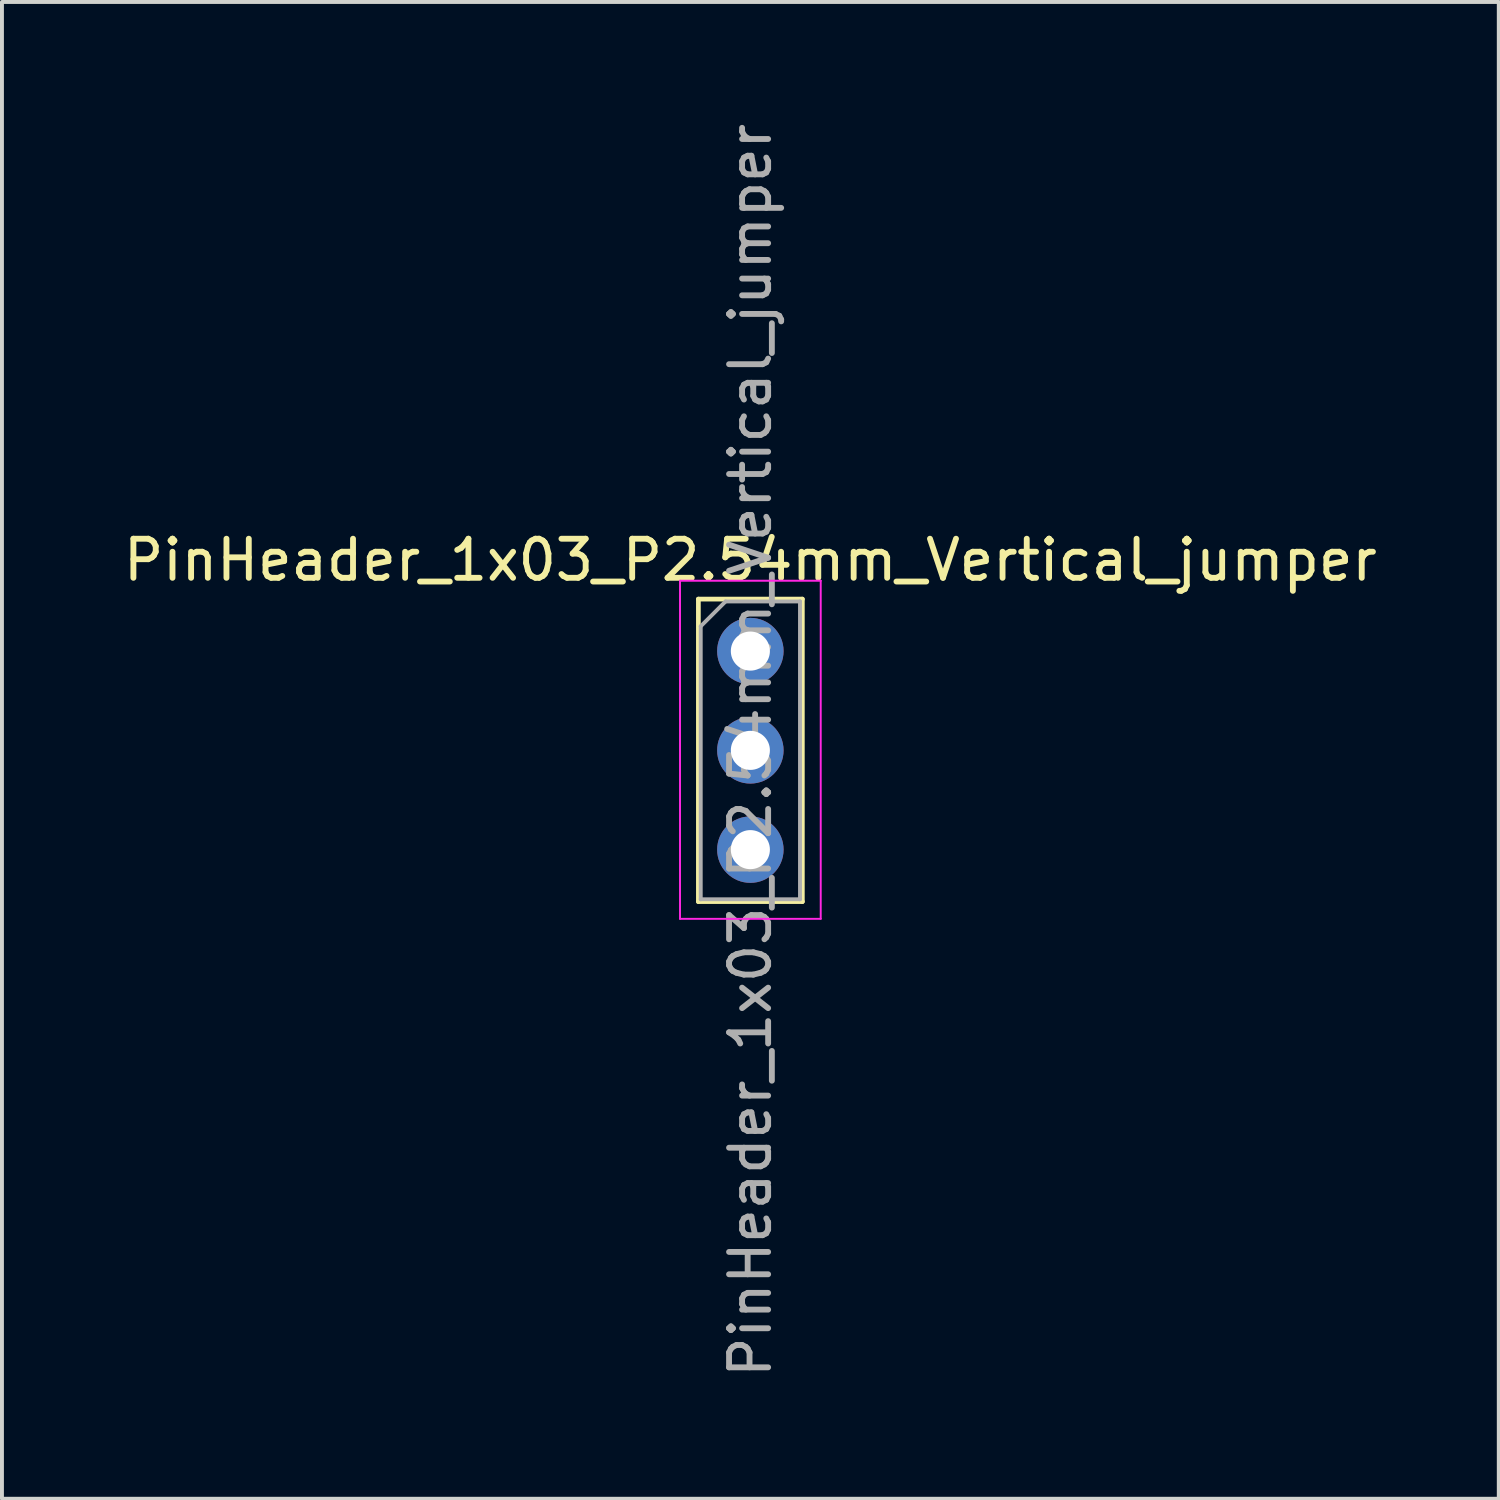
<source format=kicad_pcb>
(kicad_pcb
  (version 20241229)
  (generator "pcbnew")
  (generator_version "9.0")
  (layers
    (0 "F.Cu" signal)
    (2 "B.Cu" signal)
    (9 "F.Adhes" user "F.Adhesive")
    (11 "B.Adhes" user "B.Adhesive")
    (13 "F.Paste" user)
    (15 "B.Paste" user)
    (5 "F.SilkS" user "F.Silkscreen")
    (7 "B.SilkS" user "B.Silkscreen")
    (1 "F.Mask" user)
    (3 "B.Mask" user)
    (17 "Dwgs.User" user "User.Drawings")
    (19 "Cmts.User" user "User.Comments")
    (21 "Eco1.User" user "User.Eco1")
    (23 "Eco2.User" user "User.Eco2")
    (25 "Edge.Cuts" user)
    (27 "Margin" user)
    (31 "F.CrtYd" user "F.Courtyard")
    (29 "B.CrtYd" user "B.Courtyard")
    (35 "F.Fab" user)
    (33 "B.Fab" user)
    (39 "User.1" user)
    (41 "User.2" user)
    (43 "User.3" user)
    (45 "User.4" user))
  (footprint "PinHeader_1x03_P2.54mm_Vertical_jumper"
    (layer "F.Cu")
    (at 16.149 13.609)
    (property "Reference" "PinHeader_1x03_P2.54mm_Vertical_jumper" (at 0 -2.33 0) (layer "F.SilkS") (effects (font (size 1 1) (thickness 0.15))))
    (attr through_hole)
    (fp_line (start -1.33 -1.33) (end -1.33 6.41) (stroke (width 0.12) (type solid)) (layer "F.SilkS"))
    (fp_line (start -1.33 -1.33) (end 1.33 -1.33) (stroke (width 0.12) (type solid)) (layer "F.SilkS"))
    (fp_line (start -1.33 6.41) (end 1.33 6.41) (stroke (width 0.12) (type solid)) (layer "F.SilkS"))
    (fp_line (start 1.33 -1.33) (end 1.33 6.41) (stroke (width 0.12) (type solid)) (layer "F.SilkS"))
    (fp_line (start -1.8 -1.8) (end -1.8 6.85) (stroke (width 0.05) (type solid)) (layer "F.CrtYd"))
    (fp_line (start -1.8 6.85) (end 1.8 6.85) (stroke (width 0.05) (type solid)) (layer "F.CrtYd"))
    (fp_line (start 1.8 -1.8) (end -1.8 -1.8) (stroke (width 0.05) (type solid)) (layer "F.CrtYd"))
    (fp_line (start 1.8 6.85) (end 1.8 -1.8) (stroke (width 0.05) (type solid)) (layer "F.CrtYd"))
    (fp_line (start -1.27 -0.635) (end -0.635 -1.27) (stroke (width 0.1) (type solid)) (layer "F.Fab"))
    (fp_line (start -1.27 6.35) (end -1.27 -0.635) (stroke (width 0.1) (type solid)) (layer "F.Fab"))
    (fp_line (start -0.635 -1.27) (end 1.27 -1.27) (stroke (width 0.1) (type solid)) (layer "F.Fab"))
    (fp_line (start 1.27 -1.27) (end 1.27 6.35) (stroke (width 0.1) (type solid)) (layer "F.Fab"))
    (fp_line (start 1.27 6.35) (end -1.27 6.35) (stroke (width 0.1) (type solid)) (layer "F.Fab"))
    (fp_text user "${REFERENCE}" (at 0 2.54 90) (layer "F.Fab") (effects (font (size 1 1) (thickness 0.15))))
    (pad "1" thru_hole circle (at 0 0) (size 1.7 1.7) (drill 1) (layers "*.Cu" "*.Mask"))
    (pad "2" thru_hole oval (at 0 2.54) (size 1.7 1.7) (drill 1) (layers "*.Cu" "*.Mask"))
    (pad "3" thru_hole oval (at 0 5.08) (size 1.7 1.7) (drill 1) (layers "*.Cu" "*.Mask")))
  (gr_rect
    (start -3 -3)
    (end 35.298 35.298)
    (stroke (width 0.1) (type default))
    (fill no)
    (layer "Edge.Cuts")))
</source>
